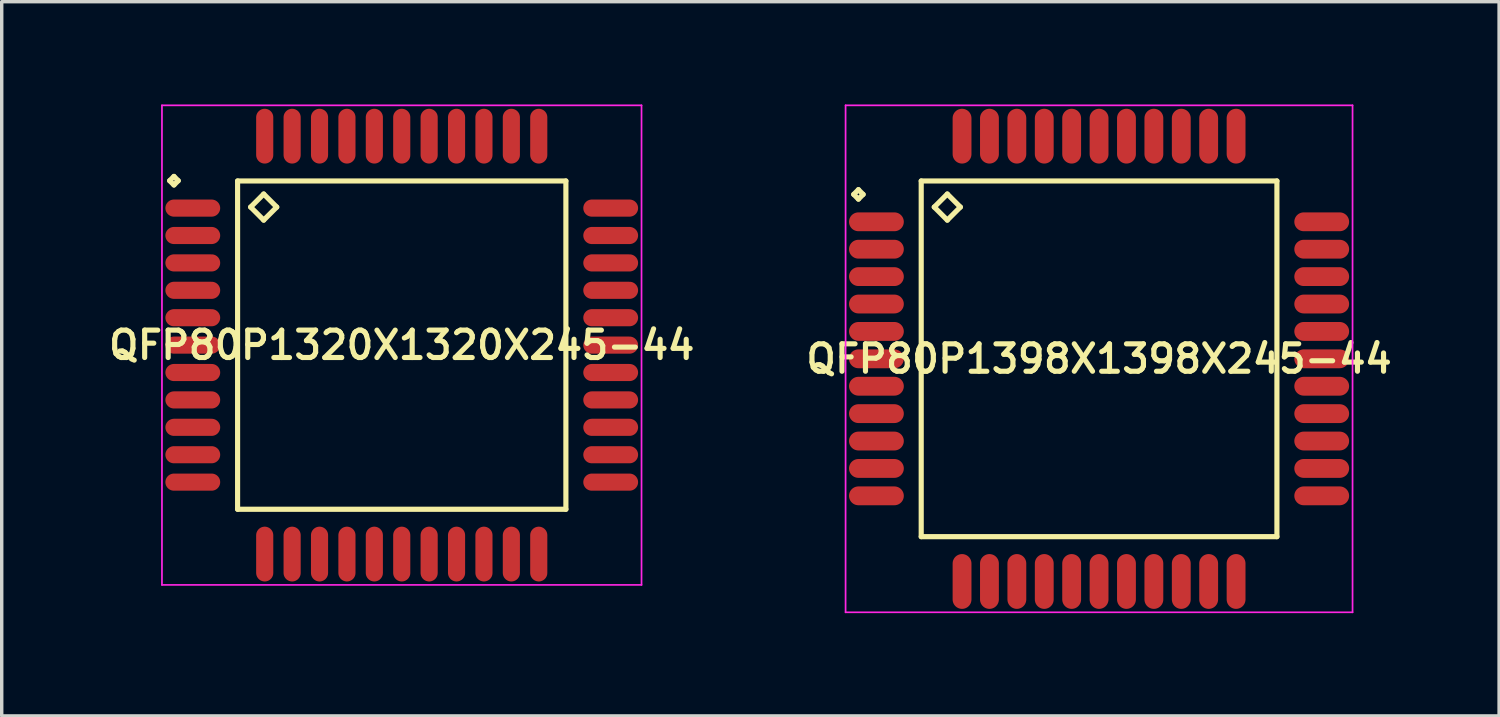
<source format=kicad_pcb>
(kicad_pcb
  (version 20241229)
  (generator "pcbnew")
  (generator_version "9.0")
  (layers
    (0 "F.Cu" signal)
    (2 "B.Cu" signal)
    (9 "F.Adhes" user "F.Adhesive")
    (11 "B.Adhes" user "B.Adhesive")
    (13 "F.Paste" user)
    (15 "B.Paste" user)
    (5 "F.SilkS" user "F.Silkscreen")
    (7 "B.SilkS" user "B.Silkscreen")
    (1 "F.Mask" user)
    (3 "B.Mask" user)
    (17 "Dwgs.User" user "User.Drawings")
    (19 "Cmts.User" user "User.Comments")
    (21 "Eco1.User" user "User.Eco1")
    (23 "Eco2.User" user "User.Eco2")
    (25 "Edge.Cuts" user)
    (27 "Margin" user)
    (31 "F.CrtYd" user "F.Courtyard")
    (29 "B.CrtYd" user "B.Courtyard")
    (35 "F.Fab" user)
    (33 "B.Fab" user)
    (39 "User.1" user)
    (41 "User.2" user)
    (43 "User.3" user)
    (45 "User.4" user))
  (footprint "QFP80P1398X1398X245-44"
    (layer "F.Cu")
    (at 29.035 7.425)
    (property "Reference" "QFP80P1398X1398X245-44" (at 0 0 0) (layer "F.SilkS") (effects (font (size 0.8 0.8) (thickness 0.15))))
    (attr smd)
    (fp_line (start -7.162 -4.8) (end -7.025 -4.938) (stroke (width 0.15) (type solid)) (layer "F.SilkS"))
    (fp_line (start -7.025 -4.938) (end -6.888 -4.8) (stroke (width 0.15) (type solid)) (layer "F.SilkS"))
    (fp_line (start -7.025 -4.662) (end -7.162 -4.8) (stroke (width 0.15) (type solid)) (layer "F.SilkS"))
    (fp_line (start -6.888 -4.8) (end -7.025 -4.662) (stroke (width 0.15) (type solid)) (layer "F.SilkS"))
    (fp_line (start -5.192 -5.192) (end -5.192 5.192) (stroke (width 0.15) (type solid)) (layer "F.SilkS"))
    (fp_line (start -5.192 5.192) (end 5.192 5.192) (stroke (width 0.15) (type solid)) (layer "F.SilkS"))
    (fp_line (start -4.811 -4.43) (end -4.43 -4.811) (stroke (width 0.15) (type solid)) (layer "F.SilkS"))
    (fp_line (start -4.43 -4.811) (end -4.049 -4.43) (stroke (width 0.15) (type solid)) (layer "F.SilkS"))
    (fp_line (start -4.43 -4.049) (end -4.811 -4.43) (stroke (width 0.15) (type solid)) (layer "F.SilkS"))
    (fp_line (start -4.049 -4.43) (end -4.43 -4.049) (stroke (width 0.15) (type solid)) (layer "F.SilkS"))
    (fp_line (start 5.192 -5.192) (end -5.192 -5.192) (stroke (width 0.15) (type solid)) (layer "F.SilkS"))
    (fp_line (start 5.192 5.192) (end 5.192 -5.192) (stroke (width 0.15) (type solid)) (layer "F.SilkS"))
    (fp_line (start -7.4 -7.4) (end 7.4 -7.4) (stroke (width 0.05) (type solid)) (layer "F.CrtYd"))
    (fp_line (start -7.4 7.4) (end -7.4 -7.4) (stroke (width 0.05) (type solid)) (layer "F.CrtYd"))
    (fp_line (start 7.4 -7.4) (end 7.4 7.4) (stroke (width 0.05) (type solid)) (layer "F.CrtYd"))
    (fp_line (start 7.4 7.4) (end -7.4 7.4) (stroke (width 0.05) (type solid)) (layer "F.CrtYd"))
    (pad "1" smd oval (at -6.5 -4) (size 1.6 0.55) (layers "F.Cu" "F.Mask" "F.Paste"))
    (pad "2" smd oval (at -6.5 -3.2) (size 1.6 0.55) (layers "F.Cu" "F.Mask" "F.Paste"))
    (pad "3" smd oval (at -6.5 -2.4) (size 1.6 0.55) (layers "F.Cu" "F.Mask" "F.Paste"))
    (pad "4" smd oval (at -6.5 -1.6) (size 1.6 0.55) (layers "F.Cu" "F.Mask" "F.Paste"))
    (pad "5" smd oval (at -6.5 -0.8) (size 1.6 0.55) (layers "F.Cu" "F.Mask" "F.Paste"))
    (pad "6" smd oval (at -6.5 0) (size 1.6 0.55) (layers "F.Cu" "F.Mask" "F.Paste"))
    (pad "7" smd oval (at -6.5 0.8) (size 1.6 0.55) (layers "F.Cu" "F.Mask" "F.Paste"))
    (pad "8" smd oval (at -6.5 1.6) (size 1.6 0.55) (layers "F.Cu" "F.Mask" "F.Paste"))
    (pad "9" smd oval (at -6.5 2.4) (size 1.6 0.55) (layers "F.Cu" "F.Mask" "F.Paste"))
    (pad "10" smd oval (at -6.5 3.2) (size 1.6 0.55) (layers "F.Cu" "F.Mask" "F.Paste"))
    (pad "11" smd oval (at -6.5 4) (size 1.6 0.55) (layers "F.Cu" "F.Mask" "F.Paste"))
    (pad "12" smd oval (at -4 6.5) (size 0.55 1.6) (layers "F.Cu" "F.Mask" "F.Paste"))
    (pad "13" smd oval (at -3.2 6.5) (size 0.55 1.6) (layers "F.Cu" "F.Mask" "F.Paste"))
    (pad "14" smd oval (at -2.4 6.5) (size 0.55 1.6) (layers "F.Cu" "F.Mask" "F.Paste"))
    (pad "15" smd oval (at -1.6 6.5) (size 0.55 1.6) (layers "F.Cu" "F.Mask" "F.Paste"))
    (pad "16" smd oval (at -0.8 6.5) (size 0.55 1.6) (layers "F.Cu" "F.Mask" "F.Paste"))
    (pad "17" smd oval (at 0 6.5) (size 0.55 1.6) (layers "F.Cu" "F.Mask" "F.Paste"))
    (pad "18" smd oval (at 0.8 6.5) (size 0.55 1.6) (layers "F.Cu" "F.Mask" "F.Paste"))
    (pad "19" smd oval (at 1.6 6.5) (size 0.55 1.6) (layers "F.Cu" "F.Mask" "F.Paste"))
    (pad "20" smd oval (at 2.4 6.5) (size 0.55 1.6) (layers "F.Cu" "F.Mask" "F.Paste"))
    (pad "21" smd oval (at 3.2 6.5) (size 0.55 1.6) (layers "F.Cu" "F.Mask" "F.Paste"))
    (pad "22" smd oval (at 4 6.5) (size 0.55 1.6) (layers "F.Cu" "F.Mask" "F.Paste"))
    (pad "23" smd oval (at 6.5 4) (size 1.6 0.55) (layers "F.Cu" "F.Mask" "F.Paste"))
    (pad "24" smd oval (at 6.5 3.2) (size 1.6 0.55) (layers "F.Cu" "F.Mask" "F.Paste"))
    (pad "25" smd oval (at 6.5 2.4) (size 1.6 0.55) (layers "F.Cu" "F.Mask" "F.Paste"))
    (pad "26" smd oval (at 6.5 1.6) (size 1.6 0.55) (layers "F.Cu" "F.Mask" "F.Paste"))
    (pad "27" smd oval (at 6.5 0.8) (size 1.6 0.55) (layers "F.Cu" "F.Mask" "F.Paste"))
    (pad "28" smd oval (at 6.5 0) (size 1.6 0.55) (layers "F.Cu" "F.Mask" "F.Paste"))
    (pad "29" smd oval (at 6.5 -0.8) (size 1.6 0.55) (layers "F.Cu" "F.Mask" "F.Paste"))
    (pad "30" smd oval (at 6.5 -1.6) (size 1.6 0.55) (layers "F.Cu" "F.Mask" "F.Paste"))
    (pad "31" smd oval (at 6.5 -2.4) (size 1.6 0.55) (layers "F.Cu" "F.Mask" "F.Paste"))
    (pad "32" smd oval (at 6.5 -3.2) (size 1.6 0.55) (layers "F.Cu" "F.Mask" "F.Paste"))
    (pad "33" smd oval (at 6.5 -4) (size 1.6 0.55) (layers "F.Cu" "F.Mask" "F.Paste"))
    (pad "34" smd oval (at 4 -6.5) (size 0.55 1.6) (layers "F.Cu" "F.Mask" "F.Paste"))
    (pad "35" smd oval (at 3.2 -6.5) (size 0.55 1.6) (layers "F.Cu" "F.Mask" "F.Paste"))
    (pad "36" smd oval (at 2.4 -6.5) (size 0.55 1.6) (layers "F.Cu" "F.Mask" "F.Paste"))
    (pad "37" smd oval (at 1.6 -6.5) (size 0.55 1.6) (layers "F.Cu" "F.Mask" "F.Paste"))
    (pad "38" smd oval (at 0.8 -6.5) (size 0.55 1.6) (layers "F.Cu" "F.Mask" "F.Paste"))
    (pad "39" smd oval (at 0 -6.5) (size 0.55 1.6) (layers "F.Cu" "F.Mask" "F.Paste"))
    (pad "40" smd oval (at -0.8 -6.5) (size 0.55 1.6) (layers "F.Cu" "F.Mask" "F.Paste"))
    (pad "41" smd oval (at -1.6 -6.5) (size 0.55 1.6) (layers "F.Cu" "F.Mask" "F.Paste"))
    (pad "42" smd oval (at -2.4 -6.5) (size 0.55 1.6) (layers "F.Cu" "F.Mask" "F.Paste"))
    (pad "43" smd oval (at -3.2 -6.5) (size 0.55 1.6) (layers "F.Cu" "F.Mask" "F.Paste"))
    (pad "44" smd oval (at -4 -6.5) (size 0.55 1.6) (layers "F.Cu" "F.Mask" "F.Paste")))
  (footprint "QFP80P1320X1320X245-44"
    (layer "F.Cu")
    (at 8.678 7.025)
    (property "Reference" "QFP80P1320X1320X245-44" (at 0 0 0) (layer "F.SilkS") (effects (font (size 0.8 0.8) (thickness 0.15))))
    (attr smd)
    (fp_line (start -6.775 -4.8) (end -6.65 -4.925) (stroke (width 0.15) (type solid)) (layer "F.SilkS"))
    (fp_line (start -6.65 -4.925) (end -6.525 -4.8) (stroke (width 0.15) (type solid)) (layer "F.SilkS"))
    (fp_line (start -6.65 -4.675) (end -6.775 -4.8) (stroke (width 0.15) (type solid)) (layer "F.SilkS"))
    (fp_line (start -6.525 -4.8) (end -6.65 -4.675) (stroke (width 0.15) (type solid)) (layer "F.SilkS"))
    (fp_line (start -4.792 -4.792) (end -4.792 4.792) (stroke (width 0.15) (type solid)) (layer "F.SilkS"))
    (fp_line (start -4.792 4.792) (end 4.792 4.792) (stroke (width 0.15) (type solid)) (layer "F.SilkS"))
    (fp_line (start -4.411 -4.03) (end -4.03 -4.411) (stroke (width 0.15) (type solid)) (layer "F.SilkS"))
    (fp_line (start -4.03 -4.411) (end -3.649 -4.03) (stroke (width 0.15) (type solid)) (layer "F.SilkS"))
    (fp_line (start -4.03 -3.649) (end -4.411 -4.03) (stroke (width 0.15) (type solid)) (layer "F.SilkS"))
    (fp_line (start -3.649 -4.03) (end -4.03 -3.649) (stroke (width 0.15) (type solid)) (layer "F.SilkS"))
    (fp_line (start 4.792 -4.792) (end -4.792 -4.792) (stroke (width 0.15) (type solid)) (layer "F.SilkS"))
    (fp_line (start 4.792 4.792) (end 4.792 -4.792) (stroke (width 0.15) (type solid)) (layer "F.SilkS"))
    (fp_line (start -7 -7) (end 7 -7) (stroke (width 0.05) (type solid)) (layer "F.CrtYd"))
    (fp_line (start -7 7) (end -7 -7) (stroke (width 0.05) (type solid)) (layer "F.CrtYd"))
    (fp_line (start 7 -7) (end 7 7) (stroke (width 0.05) (type solid)) (layer "F.CrtYd"))
    (fp_line (start 7 7) (end -7 7) (stroke (width 0.05) (type solid)) (layer "F.CrtYd"))
    (pad "1" smd oval (at -6.1 -4) (size 1.6 0.5) (layers "F.Cu" "F.Mask" "F.Paste"))
    (pad "2" smd oval (at -6.1 -3.2) (size 1.6 0.5) (layers "F.Cu" "F.Mask" "F.Paste"))
    (pad "3" smd oval (at -6.1 -2.4) (size 1.6 0.5) (layers "F.Cu" "F.Mask" "F.Paste"))
    (pad "4" smd oval (at -6.1 -1.6) (size 1.6 0.5) (layers "F.Cu" "F.Mask" "F.Paste"))
    (pad "5" smd oval (at -6.1 -0.8) (size 1.6 0.5) (layers "F.Cu" "F.Mask" "F.Paste"))
    (pad "6" smd oval (at -6.1 0) (size 1.6 0.5) (layers "F.Cu" "F.Mask" "F.Paste"))
    (pad "7" smd oval (at -6.1 0.8) (size 1.6 0.5) (layers "F.Cu" "F.Mask" "F.Paste"))
    (pad "8" smd oval (at -6.1 1.6) (size 1.6 0.5) (layers "F.Cu" "F.Mask" "F.Paste"))
    (pad "9" smd oval (at -6.1 2.4) (size 1.6 0.5) (layers "F.Cu" "F.Mask" "F.Paste"))
    (pad "10" smd oval (at -6.1 3.2) (size 1.6 0.5) (layers "F.Cu" "F.Mask" "F.Paste"))
    (pad "11" smd oval (at -6.1 4) (size 1.6 0.5) (layers "F.Cu" "F.Mask" "F.Paste"))
    (pad "12" smd oval (at -4 6.1) (size 0.5 1.6) (layers "F.Cu" "F.Mask" "F.Paste"))
    (pad "13" smd oval (at -3.2 6.1) (size 0.5 1.6) (layers "F.Cu" "F.Mask" "F.Paste"))
    (pad "14" smd oval (at -2.4 6.1) (size 0.5 1.6) (layers "F.Cu" "F.Mask" "F.Paste"))
    (pad "15" smd oval (at -1.6 6.1) (size 0.5 1.6) (layers "F.Cu" "F.Mask" "F.Paste"))
    (pad "16" smd oval (at -0.8 6.1) (size 0.5 1.6) (layers "F.Cu" "F.Mask" "F.Paste"))
    (pad "17" smd oval (at 0 6.1) (size 0.5 1.6) (layers "F.Cu" "F.Mask" "F.Paste"))
    (pad "18" smd oval (at 0.8 6.1) (size 0.5 1.6) (layers "F.Cu" "F.Mask" "F.Paste"))
    (pad "19" smd oval (at 1.6 6.1) (size 0.5 1.6) (layers "F.Cu" "F.Mask" "F.Paste"))
    (pad "20" smd oval (at 2.4 6.1) (size 0.5 1.6) (layers "F.Cu" "F.Mask" "F.Paste"))
    (pad "21" smd oval (at 3.2 6.1) (size 0.5 1.6) (layers "F.Cu" "F.Mask" "F.Paste"))
    (pad "22" smd oval (at 4 6.1) (size 0.5 1.6) (layers "F.Cu" "F.Mask" "F.Paste"))
    (pad "23" smd oval (at 6.1 4) (size 1.6 0.5) (layers "F.Cu" "F.Mask" "F.Paste"))
    (pad "24" smd oval (at 6.1 3.2) (size 1.6 0.5) (layers "F.Cu" "F.Mask" "F.Paste"))
    (pad "25" smd oval (at 6.1 2.4) (size 1.6 0.5) (layers "F.Cu" "F.Mask" "F.Paste"))
    (pad "26" smd oval (at 6.1 1.6) (size 1.6 0.5) (layers "F.Cu" "F.Mask" "F.Paste"))
    (pad "27" smd oval (at 6.1 0.8) (size 1.6 0.5) (layers "F.Cu" "F.Mask" "F.Paste"))
    (pad "28" smd oval (at 6.1 0) (size 1.6 0.5) (layers "F.Cu" "F.Mask" "F.Paste"))
    (pad "29" smd oval (at 6.1 -0.8) (size 1.6 0.5) (layers "F.Cu" "F.Mask" "F.Paste"))
    (pad "30" smd oval (at 6.1 -1.6) (size 1.6 0.5) (layers "F.Cu" "F.Mask" "F.Paste"))
    (pad "31" smd oval (at 6.1 -2.4) (size 1.6 0.5) (layers "F.Cu" "F.Mask" "F.Paste"))
    (pad "32" smd oval (at 6.1 -3.2) (size 1.6 0.5) (layers "F.Cu" "F.Mask" "F.Paste"))
    (pad "33" smd oval (at 6.1 -4) (size 1.6 0.5) (layers "F.Cu" "F.Mask" "F.Paste"))
    (pad "34" smd oval (at 4 -6.1) (size 0.5 1.6) (layers "F.Cu" "F.Mask" "F.Paste"))
    (pad "35" smd oval (at 3.2 -6.1) (size 0.5 1.6) (layers "F.Cu" "F.Mask" "F.Paste"))
    (pad "36" smd oval (at 2.4 -6.1) (size 0.5 1.6) (layers "F.Cu" "F.Mask" "F.Paste"))
    (pad "37" smd oval (at 1.6 -6.1) (size 0.5 1.6) (layers "F.Cu" "F.Mask" "F.Paste"))
    (pad "38" smd oval (at 0.8 -6.1) (size 0.5 1.6) (layers "F.Cu" "F.Mask" "F.Paste"))
    (pad "39" smd oval (at 0 -6.1) (size 0.5 1.6) (layers "F.Cu" "F.Mask" "F.Paste"))
    (pad "40" smd oval (at -0.8 -6.1) (size 0.5 1.6) (layers "F.Cu" "F.Mask" "F.Paste"))
    (pad "41" smd oval (at -1.6 -6.1) (size 0.5 1.6) (layers "F.Cu" "F.Mask" "F.Paste"))
    (pad "42" smd oval (at -2.4 -6.1) (size 0.5 1.6) (layers "F.Cu" "F.Mask" "F.Paste"))
    (pad "43" smd oval (at -3.2 -6.1) (size 0.5 1.6) (layers "F.Cu" "F.Mask" "F.Paste"))
    (pad "44" smd oval (at -4 -6.1) (size 0.5 1.6) (layers "F.Cu" "F.Mask" "F.Paste")))
  (gr_rect
    (start -3 -3)
    (end 40.713 17.85)
    (stroke (width 0.1) (type default))
    (fill no)
    (layer "Edge.Cuts")))
</source>
